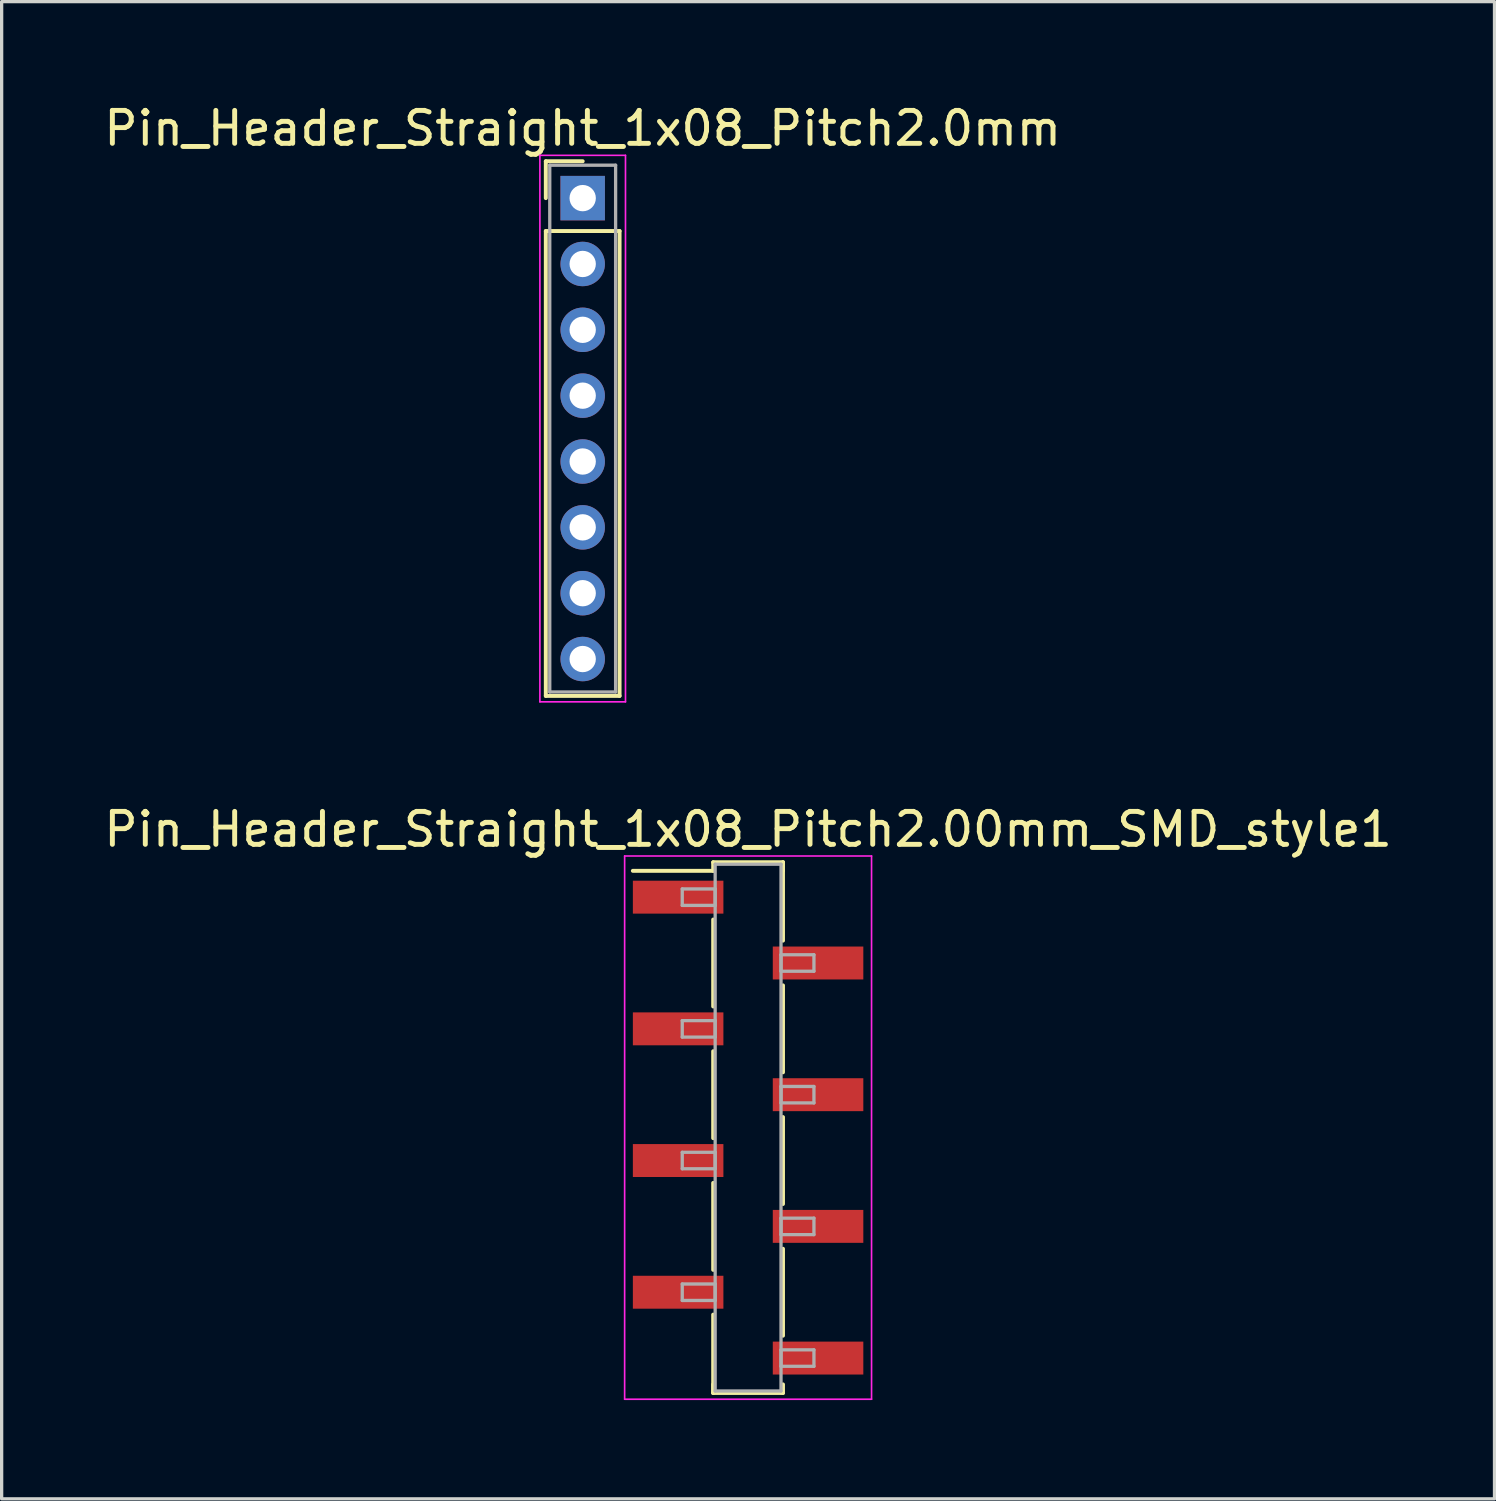
<source format=kicad_pcb>
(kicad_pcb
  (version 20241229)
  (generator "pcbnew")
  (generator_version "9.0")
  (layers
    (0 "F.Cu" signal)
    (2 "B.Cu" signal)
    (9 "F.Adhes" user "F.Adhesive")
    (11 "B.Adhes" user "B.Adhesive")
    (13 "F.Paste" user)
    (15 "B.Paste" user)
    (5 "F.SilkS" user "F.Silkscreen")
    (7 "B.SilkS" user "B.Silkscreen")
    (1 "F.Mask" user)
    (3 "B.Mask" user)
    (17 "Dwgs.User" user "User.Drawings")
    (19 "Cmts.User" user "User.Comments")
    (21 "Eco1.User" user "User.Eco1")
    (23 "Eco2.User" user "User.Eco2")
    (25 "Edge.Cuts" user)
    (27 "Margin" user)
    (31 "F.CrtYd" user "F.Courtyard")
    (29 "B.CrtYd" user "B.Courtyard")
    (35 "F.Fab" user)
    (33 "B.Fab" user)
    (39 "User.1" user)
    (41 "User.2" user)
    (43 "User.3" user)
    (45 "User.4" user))
  (footprint "Pin_Header_Straight_1x08_Pitch2.0mm"
    (layer "F.Cu")
    (at 14.649 2.968)
    (property "Reference" "Pin_Header_Straight_1x08_Pitch2.0mm" (at 0 -2.12 0) (layer "F.SilkS") (effects (font (size 1 1) (thickness 0.15))))
    (attr through_hole)
    (fp_line (start -1.12 -1.12) (end 0 -1.12) (stroke (width 0.12) (type solid)) (layer "F.SilkS"))
    (fp_line (start -1.12 0) (end -1.12 -1.12) (stroke (width 0.12) (type solid)) (layer "F.SilkS"))
    (fp_line (start -1.12 1) (end -1.12 15.12) (stroke (width 0.12) (type solid)) (layer "F.SilkS"))
    (fp_line (start -1.12 15.12) (end 1.12 15.12) (stroke (width 0.12) (type solid)) (layer "F.SilkS"))
    (fp_line (start 1.12 1) (end -1.12 1) (stroke (width 0.12) (type solid)) (layer "F.SilkS"))
    (fp_line (start 1.12 15.12) (end 1.12 1) (stroke (width 0.12) (type solid)) (layer "F.SilkS"))
    (fp_line (start -1.3 -1.3) (end -1.3 15.3) (stroke (width 0.05) (type solid)) (layer "F.CrtYd"))
    (fp_line (start -1.3 15.3) (end 1.3 15.3) (stroke (width 0.05) (type solid)) (layer "F.CrtYd"))
    (fp_line (start 1.3 -1.3) (end -1.3 -1.3) (stroke (width 0.05) (type solid)) (layer "F.CrtYd"))
    (fp_line (start 1.3 15.3) (end 1.3 -1.3) (stroke (width 0.05) (type solid)) (layer "F.CrtYd"))
    (fp_line (start -1 -1) (end -1 15) (stroke (width 0.1) (type solid)) (layer "F.Fab"))
    (fp_line (start -1 15) (end 1 15) (stroke (width 0.1) (type solid)) (layer "F.Fab"))
    (fp_line (start 1 -1) (end -1 -1) (stroke (width 0.1) (type solid)) (layer "F.Fab"))
    (fp_line (start 1 15) (end 1 -1) (stroke (width 0.1) (type solid)) (layer "F.Fab"))
    (pad "1" thru_hole rect (at 0 0) (size 1.35 1.35) (drill 0.8) (layers "*.Cu" "*.Mask"))
    (pad "2" thru_hole oval (at 0 2) (size 1.35 1.35) (drill 0.8) (layers "*.Cu" "*.Mask"))
    (pad "3" thru_hole oval (at 0 4) (size 1.35 1.35) (drill 0.8) (layers "*.Cu" "*.Mask"))
    (pad "4" thru_hole oval (at 0 6) (size 1.35 1.35) (drill 0.8) (layers "*.Cu" "*.Mask"))
    (pad "5" thru_hole oval (at 0 8) (size 1.35 1.35) (drill 0.8) (layers "*.Cu" "*.Mask"))
    (pad "6" thru_hole oval (at 0 10) (size 1.35 1.35) (drill 0.8) (layers "*.Cu" "*.Mask"))
    (pad "7" thru_hole oval (at 0 12) (size 1.35 1.35) (drill 0.8) (layers "*.Cu" "*.Mask"))
    (pad "8" thru_hole oval (at 0 14) (size 1.35 1.35) (drill 0.8) (layers "*.Cu" "*.Mask")))
  (footprint "Pin_Header_Straight_1x08_Pitch2.00mm_SMD_style1"
    (layer "F.Cu")
    (at 19.673 31.201)
    (property "Reference" "Pin_Header_Straight_1x08_Pitch2.00mm_SMD_style1" (at 0 -9.06 0) (layer "F.SilkS") (effects (font (size 1 1) (thickness 0.15))))
    (attr smd)
    (fp_line (start -1.06 -8.06) (end 1.06 -8.06) (stroke (width 0.12) (type solid)) (layer "F.SilkS"))
    (fp_line (start -1.06 -7.8) (end -3.5 -7.8) (stroke (width 0.12) (type solid)) (layer "F.SilkS"))
    (fp_line (start -1.06 -7.8) (end -1.06 -8.06) (stroke (width 0.12) (type solid)) (layer "F.SilkS"))
    (fp_line (start -1.06 -6.32) (end -1.06 -3.68) (stroke (width 0.12) (type solid)) (layer "F.SilkS"))
    (fp_line (start -1.06 -2.32) (end -1.06 0.32) (stroke (width 0.12) (type solid)) (layer "F.SilkS"))
    (fp_line (start -1.06 1.68) (end -1.06 4.32) (stroke (width 0.12) (type solid)) (layer "F.SilkS"))
    (fp_line (start -1.06 5.68) (end -1.06 8.06) (stroke (width 0.12) (type solid)) (layer "F.SilkS"))
    (fp_line (start -1.06 7.8) (end -1.06 8.06) (stroke (width 0.12) (type solid)) (layer "F.SilkS"))
    (fp_line (start -1.06 8.06) (end 1.06 8.06) (stroke (width 0.12) (type solid)) (layer "F.SilkS"))
    (fp_line (start 1.06 -8.06) (end 1.06 -7.8) (stroke (width 0.12) (type solid)) (layer "F.SilkS"))
    (fp_line (start 1.06 -8.06) (end 1.06 -5.68) (stroke (width 0.12) (type solid)) (layer "F.SilkS"))
    (fp_line (start 1.06 -4.32) (end 1.06 -1.68) (stroke (width 0.12) (type solid)) (layer "F.SilkS"))
    (fp_line (start 1.06 -0.32) (end 1.06 2.32) (stroke (width 0.12) (type solid)) (layer "F.SilkS"))
    (fp_line (start 1.06 3.68) (end 1.06 6.32) (stroke (width 0.12) (type solid)) (layer "F.SilkS"))
    (fp_line (start 1.06 8.06) (end 1.06 7.8) (stroke (width 0.12) (type solid)) (layer "F.SilkS"))
    (fp_line (start -3.75 -8.25) (end -3.75 8.25) (stroke (width 0.05) (type solid)) (layer "F.CrtYd"))
    (fp_line (start -3.75 8.25) (end 3.75 8.25) (stroke (width 0.05) (type solid)) (layer "F.CrtYd"))
    (fp_line (start 3.75 -8.25) (end -3.75 -8.25) (stroke (width 0.05) (type solid)) (layer "F.CrtYd"))
    (fp_line (start 3.75 8.25) (end 3.75 -8.25) (stroke (width 0.05) (type solid)) (layer "F.CrtYd"))
    (fp_line (start -2 -7.25) (end -1 -7.25) (stroke (width 0.1) (type solid)) (layer "F.Fab"))
    (fp_line (start -2 -6.75) (end -2 -7.25) (stroke (width 0.1) (type solid)) (layer "F.Fab"))
    (fp_line (start -2 -3.25) (end -1 -3.25) (stroke (width 0.1) (type solid)) (layer "F.Fab"))
    (fp_line (start -2 -2.75) (end -2 -3.25) (stroke (width 0.1) (type solid)) (layer "F.Fab"))
    (fp_line (start -2 0.75) (end -1 0.75) (stroke (width 0.1) (type solid)) (layer "F.Fab"))
    (fp_line (start -2 1.25) (end -2 0.75) (stroke (width 0.1) (type solid)) (layer "F.Fab"))
    (fp_line (start -2 4.75) (end -1 4.75) (stroke (width 0.1) (type solid)) (layer "F.Fab"))
    (fp_line (start -2 5.25) (end -2 4.75) (stroke (width 0.1) (type solid)) (layer "F.Fab"))
    (fp_line (start -1 -8) (end -1 8) (stroke (width 0.1) (type solid)) (layer "F.Fab"))
    (fp_line (start -1 -7.25) (end -1 -6.75) (stroke (width 0.1) (type solid)) (layer "F.Fab"))
    (fp_line (start -1 -6.75) (end -2 -6.75) (stroke (width 0.1) (type solid)) (layer "F.Fab"))
    (fp_line (start -1 -3.25) (end -1 -2.75) (stroke (width 0.1) (type solid)) (layer "F.Fab"))
    (fp_line (start -1 -2.75) (end -2 -2.75) (stroke (width 0.1) (type solid)) (layer "F.Fab"))
    (fp_line (start -1 0.75) (end -1 1.25) (stroke (width 0.1) (type solid)) (layer "F.Fab"))
    (fp_line (start -1 1.25) (end -2 1.25) (stroke (width 0.1) (type solid)) (layer "F.Fab"))
    (fp_line (start -1 4.75) (end -1 5.25) (stroke (width 0.1) (type solid)) (layer "F.Fab"))
    (fp_line (start -1 5.25) (end -2 5.25) (stroke (width 0.1) (type solid)) (layer "F.Fab"))
    (fp_line (start -1 8) (end 1 8) (stroke (width 0.1) (type solid)) (layer "F.Fab"))
    (fp_line (start 1 -8) (end -1 -8) (stroke (width 0.1) (type solid)) (layer "F.Fab"))
    (fp_line (start 1 -5.25) (end 1 -4.75) (stroke (width 0.1) (type solid)) (layer "F.Fab"))
    (fp_line (start 1 -4.75) (end 2 -4.75) (stroke (width 0.1) (type solid)) (layer "F.Fab"))
    (fp_line (start 1 -1.25) (end 1 -0.75) (stroke (width 0.1) (type solid)) (layer "F.Fab"))
    (fp_line (start 1 -0.75) (end 2 -0.75) (stroke (width 0.1) (type solid)) (layer "F.Fab"))
    (fp_line (start 1 2.75) (end 1 3.25) (stroke (width 0.1) (type solid)) (layer "F.Fab"))
    (fp_line (start 1 3.25) (end 2 3.25) (stroke (width 0.1) (type solid)) (layer "F.Fab"))
    (fp_line (start 1 6.75) (end 1 7.25) (stroke (width 0.1) (type solid)) (layer "F.Fab"))
    (fp_line (start 1 7.25) (end 2 7.25) (stroke (width 0.1) (type solid)) (layer "F.Fab"))
    (fp_line (start 1 8) (end 1 -8) (stroke (width 0.1) (type solid)) (layer "F.Fab"))
    (fp_line (start 2 -5.25) (end 1 -5.25) (stroke (width 0.1) (type solid)) (layer "F.Fab"))
    (fp_line (start 2 -4.75) (end 2 -5.25) (stroke (width 0.1) (type solid)) (layer "F.Fab"))
    (fp_line (start 2 -1.25) (end 1 -1.25) (stroke (width 0.1) (type solid)) (layer "F.Fab"))
    (fp_line (start 2 -0.75) (end 2 -1.25) (stroke (width 0.1) (type solid)) (layer "F.Fab"))
    (fp_line (start 2 2.75) (end 1 2.75) (stroke (width 0.1) (type solid)) (layer "F.Fab"))
    (fp_line (start 2 3.25) (end 2 2.75) (stroke (width 0.1) (type solid)) (layer "F.Fab"))
    (fp_line (start 2 6.75) (end 1 6.75) (stroke (width 0.1) (type solid)) (layer "F.Fab"))
    (fp_line (start 2 7.25) (end 2 6.75) (stroke (width 0.1) (type solid)) (layer "F.Fab"))
    (pad "1" smd rect (at -2.125 -7) (size 2.75 1) (layers "F.Cu" "F.Mask"))
    (pad "2" smd rect (at 2.125 -5) (size 2.75 1) (layers "F.Cu" "F.Mask"))
    (pad "3" smd rect (at -2.125 -3) (size 2.75 1) (layers "F.Cu" "F.Mask"))
    (pad "4" smd rect (at 2.125 -1) (size 2.75 1) (layers "F.Cu" "F.Mask"))
    (pad "5" smd rect (at -2.125 1) (size 2.75 1) (layers "F.Cu" "F.Mask"))
    (pad "6" smd rect (at 2.125 3) (size 2.75 1) (layers "F.Cu" "F.Mask"))
    (pad "7" smd rect (at -2.125 5) (size 2.75 1) (layers "F.Cu" "F.Mask"))
    (pad "8" smd rect (at 2.125 7) (size 2.75 1) (layers "F.Cu" "F.Mask")))
  (gr_rect
    (start -3 -3)
    (end 42.345 42.477)
    (stroke (width 0.1) (type default))
    (fill no)
    (layer "Edge.Cuts")))
</source>
